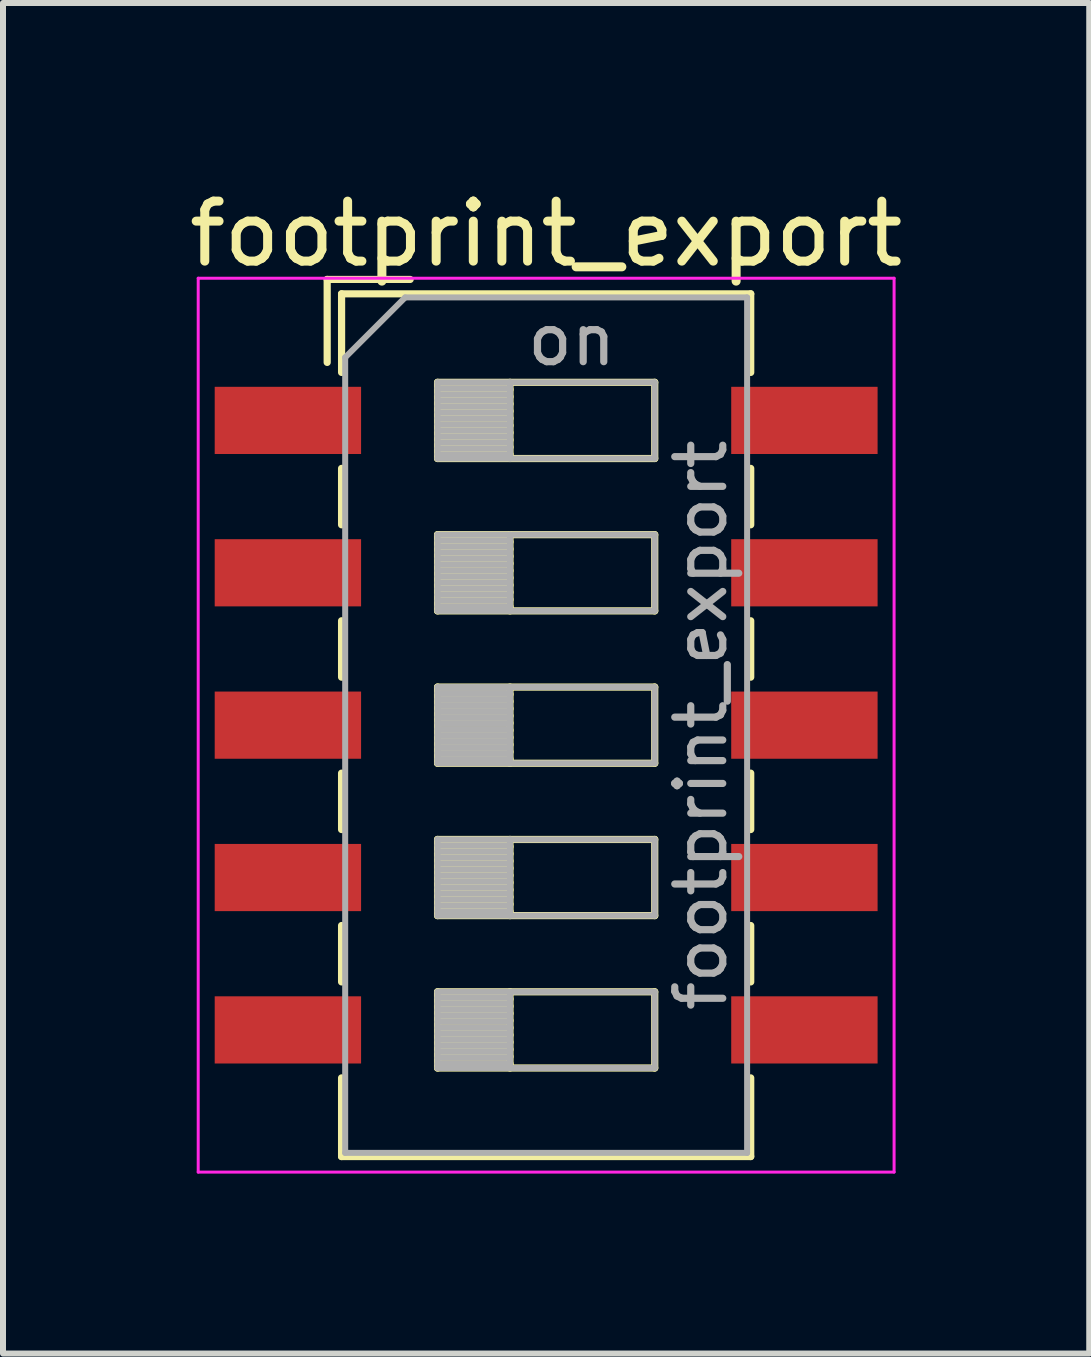
<source format=kicad_pcb>
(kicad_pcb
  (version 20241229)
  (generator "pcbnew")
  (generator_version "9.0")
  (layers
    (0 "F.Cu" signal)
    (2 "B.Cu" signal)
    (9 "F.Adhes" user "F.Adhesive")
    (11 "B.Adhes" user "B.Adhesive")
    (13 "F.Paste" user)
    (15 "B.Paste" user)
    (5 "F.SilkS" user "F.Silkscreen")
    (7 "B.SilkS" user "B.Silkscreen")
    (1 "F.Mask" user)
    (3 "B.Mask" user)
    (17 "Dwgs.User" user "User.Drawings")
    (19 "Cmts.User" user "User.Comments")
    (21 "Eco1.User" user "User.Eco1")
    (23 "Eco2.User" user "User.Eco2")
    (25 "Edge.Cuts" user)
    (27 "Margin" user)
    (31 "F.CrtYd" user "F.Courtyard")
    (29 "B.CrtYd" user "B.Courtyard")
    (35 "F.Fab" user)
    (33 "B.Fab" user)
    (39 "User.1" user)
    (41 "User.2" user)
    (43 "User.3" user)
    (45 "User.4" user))
  (footprint "footprint_export"
    (layer "F.Cu")
    (at 6.054 9.038)
    (property "Reference" "footprint_export" (at 0 -8.19 0) (layer "F.SilkS") (effects (font (size 1 1) (thickness 0.15))))
    (attr smd)
    (fp_line (start -3.65 -7.43) (end -3.65 -6.047) (stroke (width 0.12) (type solid)) (layer "F.SilkS"))
    (fp_line (start -3.65 -7.43) (end -2.267 -7.43) (stroke (width 0.12) (type solid)) (layer "F.SilkS"))
    (fp_line (start -3.41 -7.19) (end -3.41 -5.88) (stroke (width 0.12) (type solid)) (layer "F.SilkS"))
    (fp_line (start -3.41 -7.19) (end 3.41 -7.19) (stroke (width 0.12) (type solid)) (layer "F.SilkS"))
    (fp_line (start -3.41 -4.28) (end -3.41 -3.34) (stroke (width 0.12) (type solid)) (layer "F.SilkS"))
    (fp_line (start -3.41 -1.74) (end -3.41 -0.8) (stroke (width 0.12) (type solid)) (layer "F.SilkS"))
    (fp_line (start -3.41 0.8) (end -3.41 1.74) (stroke (width 0.12) (type solid)) (layer "F.SilkS"))
    (fp_line (start -3.41 3.34) (end -3.41 4.28) (stroke (width 0.12) (type solid)) (layer "F.SilkS"))
    (fp_line (start -3.41 5.88) (end -3.41 7.191) (stroke (width 0.12) (type solid)) (layer "F.SilkS"))
    (fp_line (start -3.41 7.191) (end 3.41 7.191) (stroke (width 0.12) (type solid)) (layer "F.SilkS"))
    (fp_line (start -1.81 -5.715) (end -1.81 -4.445) (stroke (width 0.12) (type solid)) (layer "F.SilkS"))
    (fp_line (start -1.81 -5.595) (end -0.603 -5.595) (stroke (width 0.12) (type solid)) (layer "F.SilkS"))
    (fp_line (start -1.81 -5.475) (end -0.603 -5.475) (stroke (width 0.12) (type solid)) (layer "F.SilkS"))
    (fp_line (start -1.81 -5.355) (end -0.603 -5.355) (stroke (width 0.12) (type solid)) (layer "F.SilkS"))
    (fp_line (start -1.81 -5.235) (end -0.603 -5.235) (stroke (width 0.12) (type solid)) (layer "F.SilkS"))
    (fp_line (start -1.81 -5.115) (end -0.603 -5.115) (stroke (width 0.12) (type solid)) (layer "F.SilkS"))
    (fp_line (start -1.81 -4.995) (end -0.603 -4.995) (stroke (width 0.12) (type solid)) (layer "F.SilkS"))
    (fp_line (start -1.81 -4.875) (end -0.603 -4.875) (stroke (width 0.12) (type solid)) (layer "F.SilkS"))
    (fp_line (start -1.81 -4.755) (end -0.603 -4.755) (stroke (width 0.12) (type solid)) (layer "F.SilkS"))
    (fp_line (start -1.81 -4.635) (end -0.603 -4.635) (stroke (width 0.12) (type solid)) (layer "F.SilkS"))
    (fp_line (start -1.81 -4.515) (end -0.603 -4.515) (stroke (width 0.12) (type solid)) (layer "F.SilkS"))
    (fp_line (start -1.81 -4.445) (end 1.81 -4.445) (stroke (width 0.12) (type solid)) (layer "F.SilkS"))
    (fp_line (start -1.81 -3.175) (end -1.81 -1.905) (stroke (width 0.12) (type solid)) (layer "F.SilkS"))
    (fp_line (start -1.81 -3.055) (end -0.603 -3.055) (stroke (width 0.12) (type solid)) (layer "F.SilkS"))
    (fp_line (start -1.81 -2.935) (end -0.603 -2.935) (stroke (width 0.12) (type solid)) (layer "F.SilkS"))
    (fp_line (start -1.81 -2.815) (end -0.603 -2.815) (stroke (width 0.12) (type solid)) (layer "F.SilkS"))
    (fp_line (start -1.81 -2.695) (end -0.603 -2.695) (stroke (width 0.12) (type solid)) (layer "F.SilkS"))
    (fp_line (start -1.81 -2.575) (end -0.603 -2.575) (stroke (width 0.12) (type solid)) (layer "F.SilkS"))
    (fp_line (start -1.81 -2.455) (end -0.603 -2.455) (stroke (width 0.12) (type solid)) (layer "F.SilkS"))
    (fp_line (start -1.81 -2.335) (end -0.603 -2.335) (stroke (width 0.12) (type solid)) (layer "F.SilkS"))
    (fp_line (start -1.81 -2.215) (end -0.603 -2.215) (stroke (width 0.12) (type solid)) (layer "F.SilkS"))
    (fp_line (start -1.81 -2.095) (end -0.603 -2.095) (stroke (width 0.12) (type solid)) (layer "F.SilkS"))
    (fp_line (start -1.81 -1.975) (end -0.603 -1.975) (stroke (width 0.12) (type solid)) (layer "F.SilkS"))
    (fp_line (start -1.81 -1.905) (end 1.81 -1.905) (stroke (width 0.12) (type solid)) (layer "F.SilkS"))
    (fp_line (start -1.81 -0.635) (end -1.81 0.635) (stroke (width 0.12) (type solid)) (layer "F.SilkS"))
    (fp_line (start -1.81 -0.515) (end -0.603 -0.515) (stroke (width 0.12) (type solid)) (layer "F.SilkS"))
    (fp_line (start -1.81 -0.395) (end -0.603 -0.395) (stroke (width 0.12) (type solid)) (layer "F.SilkS"))
    (fp_line (start -1.81 -0.275) (end -0.603 -0.275) (stroke (width 0.12) (type solid)) (layer "F.SilkS"))
    (fp_line (start -1.81 -0.155) (end -0.603 -0.155) (stroke (width 0.12) (type solid)) (layer "F.SilkS"))
    (fp_line (start -1.81 -0.035) (end -0.603 -0.035) (stroke (width 0.12) (type solid)) (layer "F.SilkS"))
    (fp_line (start -1.81 0.085) (end -0.603 0.085) (stroke (width 0.12) (type solid)) (layer "F.SilkS"))
    (fp_line (start -1.81 0.205) (end -0.603 0.205) (stroke (width 0.12) (type solid)) (layer "F.SilkS"))
    (fp_line (start -1.81 0.325) (end -0.603 0.325) (stroke (width 0.12) (type solid)) (layer "F.SilkS"))
    (fp_line (start -1.81 0.445) (end -0.603 0.445) (stroke (width 0.12) (type solid)) (layer "F.SilkS"))
    (fp_line (start -1.81 0.565) (end -0.603 0.565) (stroke (width 0.12) (type solid)) (layer "F.SilkS"))
    (fp_line (start -1.81 0.635) (end 1.81 0.635) (stroke (width 0.12) (type solid)) (layer "F.SilkS"))
    (fp_line (start -1.81 1.905) (end -1.81 3.175) (stroke (width 0.12) (type solid)) (layer "F.SilkS"))
    (fp_line (start -1.81 2.025) (end -0.603 2.025) (stroke (width 0.12) (type solid)) (layer "F.SilkS"))
    (fp_line (start -1.81 2.145) (end -0.603 2.145) (stroke (width 0.12) (type solid)) (layer "F.SilkS"))
    (fp_line (start -1.81 2.265) (end -0.603 2.265) (stroke (width 0.12) (type solid)) (layer "F.SilkS"))
    (fp_line (start -1.81 2.385) (end -0.603 2.385) (stroke (width 0.12) (type solid)) (layer "F.SilkS"))
    (fp_line (start -1.81 2.505) (end -0.603 2.505) (stroke (width 0.12) (type solid)) (layer "F.SilkS"))
    (fp_line (start -1.81 2.625) (end -0.603 2.625) (stroke (width 0.12) (type solid)) (layer "F.SilkS"))
    (fp_line (start -1.81 2.745) (end -0.603 2.745) (stroke (width 0.12) (type solid)) (layer "F.SilkS"))
    (fp_line (start -1.81 2.865) (end -0.603 2.865) (stroke (width 0.12) (type solid)) (layer "F.SilkS"))
    (fp_line (start -1.81 2.985) (end -0.603 2.985) (stroke (width 0.12) (type solid)) (layer "F.SilkS"))
    (fp_line (start -1.81 3.105) (end -0.603 3.105) (stroke (width 0.12) (type solid)) (layer "F.SilkS"))
    (fp_line (start -1.81 3.175) (end 1.81 3.175) (stroke (width 0.12) (type solid)) (layer "F.SilkS"))
    (fp_line (start -1.81 4.445) (end -1.81 5.715) (stroke (width 0.12) (type solid)) (layer "F.SilkS"))
    (fp_line (start -1.81 4.565) (end -0.603 4.565) (stroke (width 0.12) (type solid)) (layer "F.SilkS"))
    (fp_line (start -1.81 4.685) (end -0.603 4.685) (stroke (width 0.12) (type solid)) (layer "F.SilkS"))
    (fp_line (start -1.81 4.805) (end -0.603 4.805) (stroke (width 0.12) (type solid)) (layer "F.SilkS"))
    (fp_line (start -1.81 4.925) (end -0.603 4.925) (stroke (width 0.12) (type solid)) (layer "F.SilkS"))
    (fp_line (start -1.81 5.045) (end -0.603 5.045) (stroke (width 0.12) (type solid)) (layer "F.SilkS"))
    (fp_line (start -1.81 5.165) (end -0.603 5.165) (stroke (width 0.12) (type solid)) (layer "F.SilkS"))
    (fp_line (start -1.81 5.285) (end -0.603 5.285) (stroke (width 0.12) (type solid)) (layer "F.SilkS"))
    (fp_line (start -1.81 5.405) (end -0.603 5.405) (stroke (width 0.12) (type solid)) (layer "F.SilkS"))
    (fp_line (start -1.81 5.525) (end -0.603 5.525) (stroke (width 0.12) (type solid)) (layer "F.SilkS"))
    (fp_line (start -1.81 5.645) (end -0.603 5.645) (stroke (width 0.12) (type solid)) (layer "F.SilkS"))
    (fp_line (start -1.81 5.715) (end 1.81 5.715) (stroke (width 0.12) (type solid)) (layer "F.SilkS"))
    (fp_line (start -0.603 -5.715) (end -0.603 -4.445) (stroke (width 0.12) (type solid)) (layer "F.SilkS"))
    (fp_line (start -0.603 -3.175) (end -0.603 -1.905) (stroke (width 0.12) (type solid)) (layer "F.SilkS"))
    (fp_line (start -0.603 -0.635) (end -0.603 0.635) (stroke (width 0.12) (type solid)) (layer "F.SilkS"))
    (fp_line (start -0.603 1.905) (end -0.603 3.175) (stroke (width 0.12) (type solid)) (layer "F.SilkS"))
    (fp_line (start -0.603 4.445) (end -0.603 5.715) (stroke (width 0.12) (type solid)) (layer "F.SilkS"))
    (fp_line (start 1.81 -5.715) (end -1.81 -5.715) (stroke (width 0.12) (type solid)) (layer "F.SilkS"))
    (fp_line (start 1.81 -4.445) (end 1.81 -5.715) (stroke (width 0.12) (type solid)) (layer "F.SilkS"))
    (fp_line (start 1.81 -3.175) (end -1.81 -3.175) (stroke (width 0.12) (type solid)) (layer "F.SilkS"))
    (fp_line (start 1.81 -1.905) (end 1.81 -3.175) (stroke (width 0.12) (type solid)) (layer "F.SilkS"))
    (fp_line (start 1.81 -0.635) (end -1.81 -0.635) (stroke (width 0.12) (type solid)) (layer "F.SilkS"))
    (fp_line (start 1.81 0.635) (end 1.81 -0.635) (stroke (width 0.12) (type solid)) (layer "F.SilkS"))
    (fp_line (start 1.81 1.905) (end -1.81 1.905) (stroke (width 0.12) (type solid)) (layer "F.SilkS"))
    (fp_line (start 1.81 3.175) (end 1.81 1.905) (stroke (width 0.12) (type solid)) (layer "F.SilkS"))
    (fp_line (start 1.81 4.445) (end -1.81 4.445) (stroke (width 0.12) (type solid)) (layer "F.SilkS"))
    (fp_line (start 1.81 5.715) (end 1.81 4.445) (stroke (width 0.12) (type solid)) (layer "F.SilkS"))
    (fp_line (start 3.41 -7.19) (end 3.41 -5.88) (stroke (width 0.12) (type solid)) (layer "F.SilkS"))
    (fp_line (start 3.41 -4.28) (end 3.41 -3.34) (stroke (width 0.12) (type solid)) (layer "F.SilkS"))
    (fp_line (start 3.41 -1.74) (end 3.41 -0.8) (stroke (width 0.12) (type solid)) (layer "F.SilkS"))
    (fp_line (start 3.41 0.8) (end 3.41 1.74) (stroke (width 0.12) (type solid)) (layer "F.SilkS"))
    (fp_line (start 3.41 3.34) (end 3.41 4.28) (stroke (width 0.12) (type solid)) (layer "F.SilkS"))
    (fp_line (start 3.41 5.88) (end 3.41 7.191) (stroke (width 0.12) (type solid)) (layer "F.SilkS"))
    (fp_line (start -5.8 -7.45) (end -5.8 7.45) (stroke (width 0.05) (type solid)) (layer "F.CrtYd"))
    (fp_line (start -5.8 7.45) (end 5.8 7.45) (stroke (width 0.05) (type solid)) (layer "F.CrtYd"))
    (fp_line (start 5.8 -7.45) (end -5.8 -7.45) (stroke (width 0.05) (type solid)) (layer "F.CrtYd"))
    (fp_line (start 5.8 7.45) (end 5.8 -7.45) (stroke (width 0.05) (type solid)) (layer "F.CrtYd"))
    (fp_line (start -3.35 -6.13) (end -2.35 -7.13) (stroke (width 0.1) (type solid)) (layer "F.Fab"))
    (fp_line (start -3.35 7.13) (end -3.35 -6.13) (stroke (width 0.1) (type solid)) (layer "F.Fab"))
    (fp_line (start -2.35 -7.13) (end 3.35 -7.13) (stroke (width 0.1) (type solid)) (layer "F.Fab"))
    (fp_line (start -1.81 -5.715) (end -1.81 -4.445) (stroke (width 0.1) (type solid)) (layer "F.Fab"))
    (fp_line (start -1.81 -5.615) (end -0.603 -5.615) (stroke (width 0.1) (type solid)) (layer "F.Fab"))
    (fp_line (start -1.81 -5.515) (end -0.603 -5.515) (stroke (width 0.1) (type solid)) (layer "F.Fab"))
    (fp_line (start -1.81 -5.415) (end -0.603 -5.415) (stroke (width 0.1) (type solid)) (layer "F.Fab"))
    (fp_line (start -1.81 -5.315) (end -0.603 -5.315) (stroke (width 0.1) (type solid)) (layer "F.Fab"))
    (fp_line (start -1.81 -5.215) (end -0.603 -5.215) (stroke (width 0.1) (type solid)) (layer "F.Fab"))
    (fp_line (start -1.81 -5.115) (end -0.603 -5.115) (stroke (width 0.1) (type solid)) (layer "F.Fab"))
    (fp_line (start -1.81 -5.015) (end -0.603 -5.015) (stroke (width 0.1) (type solid)) (layer "F.Fab"))
    (fp_line (start -1.81 -4.915) (end -0.603 -4.915) (stroke (width 0.1) (type solid)) (layer "F.Fab"))
    (fp_line (start -1.81 -4.815) (end -0.603 -4.815) (stroke (width 0.1) (type solid)) (layer "F.Fab"))
    (fp_line (start -1.81 -4.715) (end -0.603 -4.715) (stroke (width 0.1) (type solid)) (layer "F.Fab"))
    (fp_line (start -1.81 -4.615) (end -0.603 -4.615) (stroke (width 0.1) (type solid)) (layer "F.Fab"))
    (fp_line (start -1.81 -4.515) (end -0.603 -4.515) (stroke (width 0.1) (type solid)) (layer "F.Fab"))
    (fp_line (start -1.81 -4.445) (end 1.81 -4.445) (stroke (width 0.1) (type solid)) (layer "F.Fab"))
    (fp_line (start -1.81 -3.175) (end -1.81 -1.905) (stroke (width 0.1) (type solid)) (layer "F.Fab"))
    (fp_line (start -1.81 -3.075) (end -0.603 -3.075) (stroke (width 0.1) (type solid)) (layer "F.Fab"))
    (fp_line (start -1.81 -2.975) (end -0.603 -2.975) (stroke (width 0.1) (type solid)) (layer "F.Fab"))
    (fp_line (start -1.81 -2.875) (end -0.603 -2.875) (stroke (width 0.1) (type solid)) (layer "F.Fab"))
    (fp_line (start -1.81 -2.775) (end -0.603 -2.775) (stroke (width 0.1) (type solid)) (layer "F.Fab"))
    (fp_line (start -1.81 -2.675) (end -0.603 -2.675) (stroke (width 0.1) (type solid)) (layer "F.Fab"))
    (fp_line (start -1.81 -2.575) (end -0.603 -2.575) (stroke (width 0.1) (type solid)) (layer "F.Fab"))
    (fp_line (start -1.81 -2.475) (end -0.603 -2.475) (stroke (width 0.1) (type solid)) (layer "F.Fab"))
    (fp_line (start -1.81 -2.375) (end -0.603 -2.375) (stroke (width 0.1) (type solid)) (layer "F.Fab"))
    (fp_line (start -1.81 -2.275) (end -0.603 -2.275) (stroke (width 0.1) (type solid)) (layer "F.Fab"))
    (fp_line (start -1.81 -2.175) (end -0.603 -2.175) (stroke (width 0.1) (type solid)) (layer "F.Fab"))
    (fp_line (start -1.81 -2.075) (end -0.603 -2.075) (stroke (width 0.1) (type solid)) (layer "F.Fab"))
    (fp_line (start -1.81 -1.975) (end -0.603 -1.975) (stroke (width 0.1) (type solid)) (layer "F.Fab"))
    (fp_line (start -1.81 -1.905) (end 1.81 -1.905) (stroke (width 0.1) (type solid)) (layer "F.Fab"))
    (fp_line (start -1.81 -0.635) (end -1.81 0.635) (stroke (width 0.1) (type solid)) (layer "F.Fab"))
    (fp_line (start -1.81 -0.535) (end -0.603 -0.535) (stroke (width 0.1) (type solid)) (layer "F.Fab"))
    (fp_line (start -1.81 -0.435) (end -0.603 -0.435) (stroke (width 0.1) (type solid)) (layer "F.Fab"))
    (fp_line (start -1.81 -0.335) (end -0.603 -0.335) (stroke (width 0.1) (type solid)) (layer "F.Fab"))
    (fp_line (start -1.81 -0.235) (end -0.603 -0.235) (stroke (width 0.1) (type solid)) (layer "F.Fab"))
    (fp_line (start -1.81 -0.135) (end -0.603 -0.135) (stroke (width 0.1) (type solid)) (layer "F.Fab"))
    (fp_line (start -1.81 -0.035) (end -0.603 -0.035) (stroke (width 0.1) (type solid)) (layer "F.Fab"))
    (fp_line (start -1.81 0.065) (end -0.603 0.065) (stroke (width 0.1) (type solid)) (layer "F.Fab"))
    (fp_line (start -1.81 0.165) (end -0.603 0.165) (stroke (width 0.1) (type solid)) (layer "F.Fab"))
    (fp_line (start -1.81 0.265) (end -0.603 0.265) (stroke (width 0.1) (type solid)) (layer "F.Fab"))
    (fp_line (start -1.81 0.365) (end -0.603 0.365) (stroke (width 0.1) (type solid)) (layer "F.Fab"))
    (fp_line (start -1.81 0.465) (end -0.603 0.465) (stroke (width 0.1) (type solid)) (layer "F.Fab"))
    (fp_line (start -1.81 0.565) (end -0.603 0.565) (stroke (width 0.1) (type solid)) (layer "F.Fab"))
    (fp_line (start -1.81 0.635) (end 1.81 0.635) (stroke (width 0.1) (type solid)) (layer "F.Fab"))
    (fp_line (start -1.81 1.905) (end -1.81 3.175) (stroke (width 0.1) (type solid)) (layer "F.Fab"))
    (fp_line (start -1.81 2.005) (end -0.603 2.005) (stroke (width 0.1) (type solid)) (layer "F.Fab"))
    (fp_line (start -1.81 2.105) (end -0.603 2.105) (stroke (width 0.1) (type solid)) (layer "F.Fab"))
    (fp_line (start -1.81 2.205) (end -0.603 2.205) (stroke (width 0.1) (type solid)) (layer "F.Fab"))
    (fp_line (start -1.81 2.305) (end -0.603 2.305) (stroke (width 0.1) (type solid)) (layer "F.Fab"))
    (fp_line (start -1.81 2.405) (end -0.603 2.405) (stroke (width 0.1) (type solid)) (layer "F.Fab"))
    (fp_line (start -1.81 2.505) (end -0.603 2.505) (stroke (width 0.1) (type solid)) (layer "F.Fab"))
    (fp_line (start -1.81 2.605) (end -0.603 2.605) (stroke (width 0.1) (type solid)) (layer "F.Fab"))
    (fp_line (start -1.81 2.705) (end -0.603 2.705) (stroke (width 0.1) (type solid)) (layer "F.Fab"))
    (fp_line (start -1.81 2.805) (end -0.603 2.805) (stroke (width 0.1) (type solid)) (layer "F.Fab"))
    (fp_line (start -1.81 2.905) (end -0.603 2.905) (stroke (width 0.1) (type solid)) (layer "F.Fab"))
    (fp_line (start -1.81 3.005) (end -0.603 3.005) (stroke (width 0.1) (type solid)) (layer "F.Fab"))
    (fp_line (start -1.81 3.105) (end -0.603 3.105) (stroke (width 0.1) (type solid)) (layer "F.Fab"))
    (fp_line (start -1.81 3.175) (end 1.81 3.175) (stroke (width 0.1) (type solid)) (layer "F.Fab"))
    (fp_line (start -1.81 4.445) (end -1.81 5.715) (stroke (width 0.1) (type solid)) (layer "F.Fab"))
    (fp_line (start -1.81 4.545) (end -0.603 4.545) (stroke (width 0.1) (type solid)) (layer "F.Fab"))
    (fp_line (start -1.81 4.645) (end -0.603 4.645) (stroke (width 0.1) (type solid)) (layer "F.Fab"))
    (fp_line (start -1.81 4.745) (end -0.603 4.745) (stroke (width 0.1) (type solid)) (layer "F.Fab"))
    (fp_line (start -1.81 4.845) (end -0.603 4.845) (stroke (width 0.1) (type solid)) (layer "F.Fab"))
    (fp_line (start -1.81 4.945) (end -0.603 4.945) (stroke (width 0.1) (type solid)) (layer "F.Fab"))
    (fp_line (start -1.81 5.045) (end -0.603 5.045) (stroke (width 0.1) (type solid)) (layer "F.Fab"))
    (fp_line (start -1.81 5.145) (end -0.603 5.145) (stroke (width 0.1) (type solid)) (layer "F.Fab"))
    (fp_line (start -1.81 5.245) (end -0.603 5.245) (stroke (width 0.1) (type solid)) (layer "F.Fab"))
    (fp_line (start -1.81 5.345) (end -0.603 5.345) (stroke (width 0.1) (type solid)) (layer "F.Fab"))
    (fp_line (start -1.81 5.445) (end -0.603 5.445) (stroke (width 0.1) (type solid)) (layer "F.Fab"))
    (fp_line (start -1.81 5.545) (end -0.603 5.545) (stroke (width 0.1) (type solid)) (layer "F.Fab"))
    (fp_line (start -1.81 5.645) (end -0.603 5.645) (stroke (width 0.1) (type solid)) (layer "F.Fab"))
    (fp_line (start -1.81 5.715) (end 1.81 5.715) (stroke (width 0.1) (type solid)) (layer "F.Fab"))
    (fp_line (start -0.603 -5.715) (end -0.603 -4.445) (stroke (width 0.1) (type solid)) (layer "F.Fab"))
    (fp_line (start -0.603 -3.175) (end -0.603 -1.905) (stroke (width 0.1) (type solid)) (layer "F.Fab"))
    (fp_line (start -0.603 -0.635) (end -0.603 0.635) (stroke (width 0.1) (type solid)) (layer "F.Fab"))
    (fp_line (start -0.603 1.905) (end -0.603 3.175) (stroke (width 0.1) (type solid)) (layer "F.Fab"))
    (fp_line (start -0.603 4.445) (end -0.603 5.715) (stroke (width 0.1) (type solid)) (layer "F.Fab"))
    (fp_line (start 1.81 -5.715) (end -1.81 -5.715) (stroke (width 0.1) (type solid)) (layer "F.Fab"))
    (fp_line (start 1.81 -4.445) (end 1.81 -5.715) (stroke (width 0.1) (type solid)) (layer "F.Fab"))
    (fp_line (start 1.81 -3.175) (end -1.81 -3.175) (stroke (width 0.1) (type solid)) (layer "F.Fab"))
    (fp_line (start 1.81 -1.905) (end 1.81 -3.175) (stroke (width 0.1) (type solid)) (layer "F.Fab"))
    (fp_line (start 1.81 -0.635) (end -1.81 -0.635) (stroke (width 0.1) (type solid)) (layer "F.Fab"))
    (fp_line (start 1.81 0.635) (end 1.81 -0.635) (stroke (width 0.1) (type solid)) (layer "F.Fab"))
    (fp_line (start 1.81 1.905) (end -1.81 1.905) (stroke (width 0.1) (type solid)) (layer "F.Fab"))
    (fp_line (start 1.81 3.175) (end 1.81 1.905) (stroke (width 0.1) (type solid)) (layer "F.Fab"))
    (fp_line (start 1.81 4.445) (end -1.81 4.445) (stroke (width 0.1) (type solid)) (layer "F.Fab"))
    (fp_line (start 1.81 5.715) (end 1.81 4.445) (stroke (width 0.1) (type solid)) (layer "F.Fab"))
    (fp_line (start 3.35 -7.13) (end 3.35 7.13) (stroke (width 0.1) (type solid)) (layer "F.Fab"))
    (fp_line (start 3.35 7.13) (end -3.35 7.13) (stroke (width 0.1) (type solid)) (layer "F.Fab"))
    (fp_text user "${REFERENCE}" (at 2.58 0 90) (layer "F.Fab") (effects (font (size 0.8 0.8) (thickness 0.12))))
    (fp_text user "on" (at 0.427 -6.423 0) (layer "F.Fab") (effects (font (size 0.8 0.8) (thickness 0.12))))
    (pad "1" smd rect (at -4.305 -5.08) (size 2.44 1.12) (layers "F.Cu" "F.Mask" "F.Paste"))
    (pad "2" smd rect (at -4.305 -2.54) (size 2.44 1.12) (layers "F.Cu" "F.Mask" "F.Paste"))
    (pad "3" smd rect (at -4.305 0) (size 2.44 1.12) (layers "F.Cu" "F.Mask" "F.Paste"))
    (pad "4" smd rect (at -4.305 2.54) (size 2.44 1.12) (layers "F.Cu" "F.Mask" "F.Paste"))
    (pad "5" smd rect (at -4.305 5.08) (size 2.44 1.12) (layers "F.Cu" "F.Mask" "F.Paste"))
    (pad "6" smd rect (at 4.305 5.08) (size 2.44 1.12) (layers "F.Cu" "F.Mask" "F.Paste"))
    (pad "7" smd rect (at 4.305 2.54) (size 2.44 1.12) (layers "F.Cu" "F.Mask" "F.Paste"))
    (pad "8" smd rect (at 4.305 0) (size 2.44 1.12) (layers "F.Cu" "F.Mask" "F.Paste"))
    (pad "9" smd rect (at 4.305 -2.54) (size 2.44 1.12) (layers "F.Cu" "F.Mask" "F.Paste"))
    (pad "10" smd rect (at 4.305 -5.08) (size 2.44 1.12) (layers "F.Cu" "F.Mask" "F.Paste")))
  (gr_rect
    (start -3 -3)
    (end 15.107 19.513)
    (stroke (width 0.1) (type default))
    (fill no)
    (layer "Edge.Cuts")))
</source>
